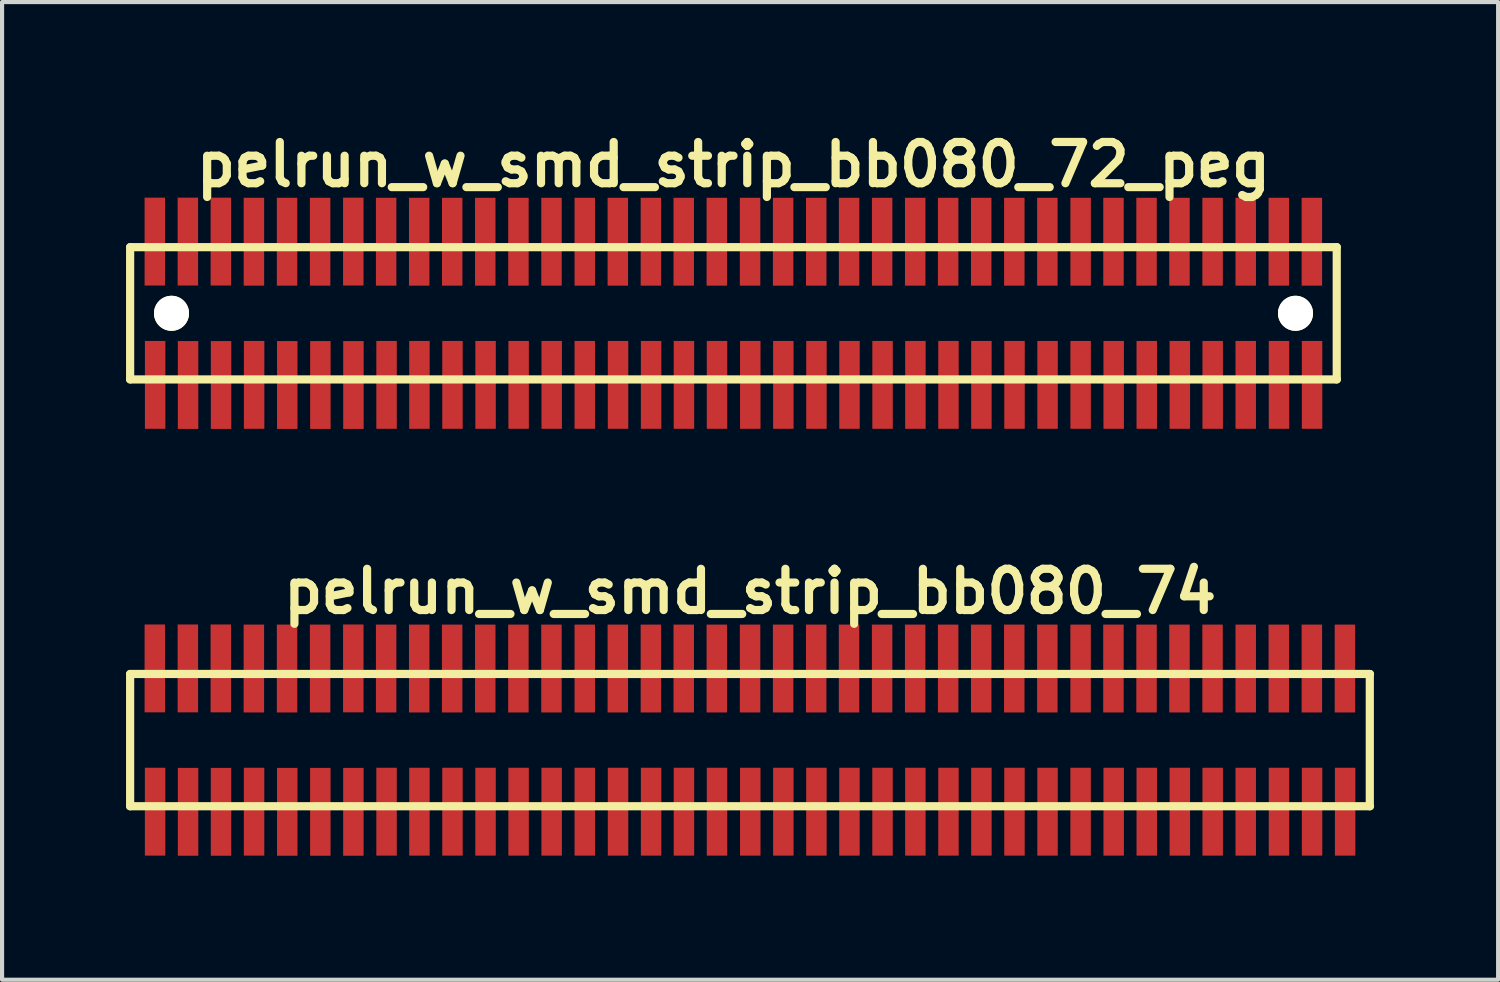
<source format=kicad_pcb>
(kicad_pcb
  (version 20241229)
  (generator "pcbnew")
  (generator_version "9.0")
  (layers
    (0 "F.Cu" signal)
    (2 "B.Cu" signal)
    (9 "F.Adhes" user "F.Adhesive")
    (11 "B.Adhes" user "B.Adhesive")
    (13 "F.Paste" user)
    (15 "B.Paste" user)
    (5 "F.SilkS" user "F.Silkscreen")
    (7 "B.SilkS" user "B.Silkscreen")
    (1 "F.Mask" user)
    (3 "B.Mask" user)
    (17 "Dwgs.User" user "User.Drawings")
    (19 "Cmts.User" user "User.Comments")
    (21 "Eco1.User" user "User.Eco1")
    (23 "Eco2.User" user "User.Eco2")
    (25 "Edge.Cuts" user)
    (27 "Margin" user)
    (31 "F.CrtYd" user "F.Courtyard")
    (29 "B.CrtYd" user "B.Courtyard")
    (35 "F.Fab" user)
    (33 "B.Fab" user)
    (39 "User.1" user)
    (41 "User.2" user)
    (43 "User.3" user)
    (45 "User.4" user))
  (footprint "pelrun_w_smd_strip_bb080_72_peg"
    (layer "F.Cu")
    (at 14.699 4.531)
    (property "Reference" "pelrun_w_smd_strip_bb080_72_peg" (at 0 -3.599 0) (layer "F.SilkS") (effects (font (size 0.998 0.998) (thickness 0.198))))
    (attr through_hole)
    (fp_line (start -14.6 -1.6) (end -14.6 1.6) (stroke (width 0.198) (type solid)) (layer "F.SilkS"))
    (fp_line (start -14.6 1.6) (end 14.6 1.6) (stroke (width 0.198) (type solid)) (layer "F.SilkS"))
    (fp_line (start 14.597 1.6) (end 14.597 -1.6) (stroke (width 0.198) (type solid)) (layer "F.SilkS"))
    (fp_line (start 14.6 -1.6) (end -14.6 -1.6) (stroke (width 0.198) (type solid)) (layer "F.SilkS"))
    (pad "" np_thru_hole circle (at -13.599 0) (size 0.848 0.848) (drill 0.848) (layers "*.Cu" "*.Mask" "F.SilkS"))
    (pad "" np_thru_hole circle (at 13.599 0) (size 0.848 0.848) (drill 0.848) (layers "*.Cu" "*.Mask" "F.SilkS"))
    (pad "1" smd rect (at -13.995 1.732) (size 0.495 2.126) (layers "F.Cu" "F.Mask" "F.Paste"))
    (pad "2" smd rect (at -14.003 -1.735) (size 0.495 2.126) (layers "F.Cu" "F.Mask" "F.Paste"))
    (pad "3" smd rect (at -13.198 1.735) (size 0.495 2.126) (layers "F.Cu" "F.Mask" "F.Paste"))
    (pad "4" smd rect (at -13.203 -1.735) (size 0.495 2.126) (layers "F.Cu" "F.Mask" "F.Paste"))
    (pad "5" smd rect (at -12.4 1.735) (size 0.495 2.126) (layers "F.Cu" "F.Mask" "F.Paste"))
    (pad "6" smd rect (at -12.405 -1.735) (size 0.495 2.126) (layers "F.Cu" "F.Mask" "F.Paste"))
    (pad "7" smd rect (at -11.6 1.732) (size 0.495 2.126) (layers "F.Cu" "F.Mask" "F.Paste"))
    (pad "8" smd rect (at -11.605 -1.732) (size 0.495 2.126) (layers "F.Cu" "F.Mask" "F.Paste"))
    (pad "9" smd rect (at -10.798 1.735) (size 0.495 2.126) (layers "F.Cu" "F.Mask" "F.Paste"))
    (pad "10" smd rect (at -10.803 -1.732) (size 0.495 2.126) (layers "F.Cu" "F.Mask" "F.Paste"))
    (pad "11" smd rect (at -9.997 1.735) (size 0.495 2.126) (layers "F.Cu" "F.Mask" "F.Paste"))
    (pad "12" smd rect (at -10.003 -1.732) (size 0.495 2.126) (layers "F.Cu" "F.Mask" "F.Paste"))
    (pad "13" smd rect (at -9.197 1.735) (size 0.495 2.126) (layers "F.Cu" "F.Mask" "F.Paste"))
    (pad "14" smd rect (at -9.2 -1.735) (size 0.495 2.126) (layers "F.Cu" "F.Mask" "F.Paste"))
    (pad "15" smd rect (at -8.395 1.732) (size 0.495 2.126) (layers "F.Cu" "F.Mask" "F.Paste"))
    (pad "16" smd rect (at -8.405 -1.732) (size 0.495 2.126) (layers "F.Cu" "F.Mask" "F.Paste"))
    (pad "17" smd rect (at -7.6 1.732) (size 0.495 2.126) (layers "F.Cu" "F.Mask" "F.Paste"))
    (pad "18" smd rect (at -7.605 -1.732) (size 0.495 2.126) (layers "F.Cu" "F.Mask" "F.Paste"))
    (pad "19" smd rect (at -6.8 1.732) (size 0.495 2.126) (layers "F.Cu" "F.Mask" "F.Paste"))
    (pad "20" smd rect (at -6.807 -1.732) (size 0.495 2.126) (layers "F.Cu" "F.Mask" "F.Paste"))
    (pad "21" smd rect (at -5.999 1.732) (size 0.495 2.126) (layers "F.Cu" "F.Mask" "F.Paste"))
    (pad "22" smd rect (at -6.007 -1.732) (size 0.495 2.126) (layers "F.Cu" "F.Mask" "F.Paste"))
    (pad "23" smd rect (at -5.199 1.732) (size 0.495 2.126) (layers "F.Cu" "F.Mask" "F.Paste"))
    (pad "24" smd rect (at -5.204 -1.732) (size 0.495 2.126) (layers "F.Cu" "F.Mask" "F.Paste"))
    (pad "25" smd rect (at -4.399 1.732) (size 0.495 2.126) (layers "F.Cu" "F.Mask" "F.Paste"))
    (pad "26" smd rect (at -4.404 -1.732) (size 0.495 2.126) (layers "F.Cu" "F.Mask" "F.Paste"))
    (pad "27" smd rect (at -3.599 1.732) (size 0.495 2.126) (layers "F.Cu" "F.Mask" "F.Paste"))
    (pad "28" smd rect (at -3.599 -1.732) (size 0.495 2.126) (layers "F.Cu" "F.Mask" "F.Paste"))
    (pad "29" smd rect (at -2.794 1.732) (size 0.495 2.126) (layers "F.Cu" "F.Mask" "F.Paste"))
    (pad "30" smd rect (at -2.799 -1.732) (size 0.495 2.126) (layers "F.Cu" "F.Mask" "F.Paste"))
    (pad "31" smd rect (at -1.994 1.732) (size 0.495 2.126) (layers "F.Cu" "F.Mask" "F.Paste"))
    (pad "32" smd rect (at -1.999 -1.732) (size 0.495 2.126) (layers "F.Cu" "F.Mask" "F.Paste"))
    (pad "33" smd rect (at -1.199 1.732) (size 0.495 2.126) (layers "F.Cu" "F.Mask" "F.Paste"))
    (pad "34" smd rect (at -1.204 -1.732) (size 0.495 2.126) (layers "F.Cu" "F.Mask" "F.Paste"))
    (pad "35" smd rect (at -0.399 1.732) (size 0.495 2.126) (layers "F.Cu" "F.Mask" "F.Paste"))
    (pad "36" smd rect (at -0.404 -1.732) (size 0.495 2.126) (layers "F.Cu" "F.Mask" "F.Paste"))
    (pad "37" smd rect (at 0.406 1.732) (size 0.495 2.126) (layers "F.Cu" "F.Mask" "F.Paste"))
    (pad "38" smd rect (at 0.401 -1.732) (size 0.495 2.126) (layers "F.Cu" "F.Mask" "F.Paste"))
    (pad "39" smd rect (at 1.206 1.732) (size 0.495 2.126) (layers "F.Cu" "F.Mask" "F.Paste"))
    (pad "40" smd rect (at 1.201 -1.732) (size 0.495 2.126) (layers "F.Cu" "F.Mask" "F.Paste"))
    (pad "41" smd rect (at 2.007 1.732) (size 0.495 2.126) (layers "F.Cu" "F.Mask" "F.Paste"))
    (pad "42" smd rect (at 2.002 -1.732) (size 0.495 2.126) (layers "F.Cu" "F.Mask" "F.Paste"))
    (pad "43" smd rect (at 2.807 1.732) (size 0.495 2.126) (layers "F.Cu" "F.Mask" "F.Paste"))
    (pad "44" smd rect (at 2.797 -1.732) (size 0.495 2.126) (layers "F.Cu" "F.Mask" "F.Paste"))
    (pad "45" smd rect (at 3.607 1.732) (size 0.495 2.126) (layers "F.Cu" "F.Mask" "F.Paste"))
    (pad "46" smd rect (at 3.597 -1.732) (size 0.495 2.126) (layers "F.Cu" "F.Mask" "F.Paste"))
    (pad "47" smd rect (at 4.402 1.732) (size 0.495 2.126) (layers "F.Cu" "F.Mask" "F.Paste"))
    (pad "48" smd rect (at 4.397 -1.732) (size 0.495 2.126) (layers "F.Cu" "F.Mask" "F.Paste"))
    (pad "49" smd rect (at 5.202 1.732) (size 0.495 2.126) (layers "F.Cu" "F.Mask" "F.Paste"))
    (pad "50" smd rect (at 5.194 -1.732) (size 0.495 2.126) (layers "F.Cu" "F.Mask" "F.Paste"))
    (pad "51" smd rect (at 5.999 1.732) (size 0.495 2.126) (layers "F.Cu" "F.Mask" "F.Paste"))
    (pad "52" smd rect (at 5.994 -1.732) (size 0.495 2.126) (layers "F.Cu" "F.Mask" "F.Paste"))
    (pad "53" smd rect (at 6.8 1.732) (size 0.495 2.126) (layers "F.Cu" "F.Mask" "F.Paste"))
    (pad "54" smd rect (at 6.795 -1.732) (size 0.495 2.126) (layers "F.Cu" "F.Mask" "F.Paste"))
    (pad "55" smd rect (at 7.6 1.732) (size 0.495 2.126) (layers "F.Cu" "F.Mask" "F.Paste"))
    (pad "56" smd rect (at 7.595 -1.732) (size 0.495 2.126) (layers "F.Cu" "F.Mask" "F.Paste"))
    (pad "57" smd rect (at 8.4 1.732) (size 0.495 2.126) (layers "F.Cu" "F.Mask" "F.Paste"))
    (pad "58" smd rect (at 8.4 -1.732) (size 0.495 2.126) (layers "F.Cu" "F.Mask" "F.Paste"))
    (pad "59" smd rect (at 9.2 1.732) (size 0.495 2.126) (layers "F.Cu" "F.Mask" "F.Paste"))
    (pad "60" smd rect (at 9.195 -1.732) (size 0.495 2.126) (layers "F.Cu" "F.Mask" "F.Paste"))
    (pad "61" smd rect (at 10 1.732) (size 0.495 2.126) (layers "F.Cu" "F.Mask" "F.Paste"))
    (pad "62" smd rect (at 9.995 -1.732) (size 0.495 2.126) (layers "F.Cu" "F.Mask" "F.Paste"))
    (pad "63" smd rect (at 10.8 1.732) (size 0.495 2.126) (layers "F.Cu" "F.Mask" "F.Paste"))
    (pad "64" smd rect (at 10.792 -1.732) (size 0.495 2.126) (layers "F.Cu" "F.Mask" "F.Paste"))
    (pad "65" smd rect (at 11.595 1.732) (size 0.495 2.126) (layers "F.Cu" "F.Mask" "F.Paste"))
    (pad "66" smd rect (at 11.593 -1.732) (size 0.495 2.126) (layers "F.Cu" "F.Mask" "F.Paste"))
    (pad "67" smd rect (at 12.395 1.732) (size 0.495 2.126) (layers "F.Cu" "F.Mask" "F.Paste"))
    (pad "68" smd rect (at 12.395 -1.732) (size 0.495 2.126) (layers "F.Cu" "F.Mask" "F.Paste"))
    (pad "69" smd rect (at 13.2 1.732) (size 0.495 2.126) (layers "F.Cu" "F.Mask" "F.Paste"))
    (pad "70" smd rect (at 13.195 -1.732) (size 0.495 2.126) (layers "F.Cu" "F.Mask" "F.Paste"))
    (pad "71" smd rect (at 14 1.732) (size 0.495 2.126) (layers "F.Cu" "F.Mask" "F.Paste"))
    (pad "72" smd rect (at 13.995 -1.732) (size 0.495 2.126) (layers "F.Cu" "F.Mask" "F.Paste")))
  (footprint "pelrun_w_smd_strip_bb080_74"
    (layer "F.Cu")
    (at 15.1 14.859)
    (property "Reference" "pelrun_w_smd_strip_bb080_74" (at 0 -3.599 0) (layer "F.SilkS") (effects (font (size 0.998 0.998) (thickness 0.198))))
    (attr through_hole)
    (fp_line (start -15.001 -1.6) (end -15.001 1.6) (stroke (width 0.198) (type solid)) (layer "F.SilkS"))
    (fp_line (start -15.001 -1.6) (end 15.001 -1.6) (stroke (width 0.198) (type solid)) (layer "F.SilkS"))
    (fp_line (start 14.996 1.6) (end 14.996 -1.6) (stroke (width 0.198) (type solid)) (layer "F.SilkS"))
    (fp_line (start 15.001 1.6) (end -15.001 1.6) (stroke (width 0.198) (type solid)) (layer "F.SilkS"))
    (pad "1" smd rect (at -14.397 1.732) (size 0.495 2.126) (layers "F.Cu" "F.Mask" "F.Paste"))
    (pad "2" smd rect (at -14.404 -1.735) (size 0.495 2.126) (layers "F.Cu" "F.Mask" "F.Paste"))
    (pad "3" smd rect (at -13.599 1.735) (size 0.495 2.126) (layers "F.Cu" "F.Mask" "F.Paste"))
    (pad "4" smd rect (at -13.604 -1.735) (size 0.495 2.126) (layers "F.Cu" "F.Mask" "F.Paste"))
    (pad "5" smd rect (at -12.802 1.735) (size 0.495 2.126) (layers "F.Cu" "F.Mask" "F.Paste"))
    (pad "6" smd rect (at -12.807 -1.735) (size 0.495 2.126) (layers "F.Cu" "F.Mask" "F.Paste"))
    (pad "7" smd rect (at -12.002 1.732) (size 0.495 2.126) (layers "F.Cu" "F.Mask" "F.Paste"))
    (pad "8" smd rect (at -12.007 -1.732) (size 0.495 2.126) (layers "F.Cu" "F.Mask" "F.Paste"))
    (pad "9" smd rect (at -11.199 1.735) (size 0.495 2.126) (layers "F.Cu" "F.Mask" "F.Paste"))
    (pad "10" smd rect (at -11.204 -1.732) (size 0.495 2.126) (layers "F.Cu" "F.Mask" "F.Paste"))
    (pad "11" smd rect (at -10.399 1.735) (size 0.495 2.126) (layers "F.Cu" "F.Mask" "F.Paste"))
    (pad "12" smd rect (at -10.404 -1.732) (size 0.495 2.126) (layers "F.Cu" "F.Mask" "F.Paste"))
    (pad "13" smd rect (at -9.599 1.735) (size 0.495 2.126) (layers "F.Cu" "F.Mask" "F.Paste"))
    (pad "14" smd rect (at -9.601 -1.735) (size 0.495 2.126) (layers "F.Cu" "F.Mask" "F.Paste"))
    (pad "15" smd rect (at -8.796 1.732) (size 0.495 2.126) (layers "F.Cu" "F.Mask" "F.Paste"))
    (pad "16" smd rect (at -8.806 -1.732) (size 0.495 2.126) (layers "F.Cu" "F.Mask" "F.Paste"))
    (pad "17" smd rect (at -8.001 1.732) (size 0.495 2.126) (layers "F.Cu" "F.Mask" "F.Paste"))
    (pad "18" smd rect (at -8.006 -1.732) (size 0.495 2.126) (layers "F.Cu" "F.Mask" "F.Paste"))
    (pad "19" smd rect (at -7.201 1.732) (size 0.495 2.126) (layers "F.Cu" "F.Mask" "F.Paste"))
    (pad "20" smd rect (at -7.209 -1.732) (size 0.495 2.126) (layers "F.Cu" "F.Mask" "F.Paste"))
    (pad "21" smd rect (at -6.401 1.732) (size 0.495 2.126) (layers "F.Cu" "F.Mask" "F.Paste"))
    (pad "22" smd rect (at -6.408 -1.732) (size 0.495 2.126) (layers "F.Cu" "F.Mask" "F.Paste"))
    (pad "23" smd rect (at -5.601 1.732) (size 0.495 2.126) (layers "F.Cu" "F.Mask" "F.Paste"))
    (pad "24" smd rect (at -5.606 -1.732) (size 0.495 2.126) (layers "F.Cu" "F.Mask" "F.Paste"))
    (pad "25" smd rect (at -4.801 1.732) (size 0.495 2.126) (layers "F.Cu" "F.Mask" "F.Paste"))
    (pad "26" smd rect (at -4.806 -1.732) (size 0.495 2.126) (layers "F.Cu" "F.Mask" "F.Paste"))
    (pad "27" smd rect (at -4 1.732) (size 0.495 2.126) (layers "F.Cu" "F.Mask" "F.Paste"))
    (pad "28" smd rect (at -4 -1.732) (size 0.495 2.126) (layers "F.Cu" "F.Mask" "F.Paste"))
    (pad "29" smd rect (at -3.195 1.732) (size 0.495 2.126) (layers "F.Cu" "F.Mask" "F.Paste"))
    (pad "30" smd rect (at -3.2 -1.732) (size 0.495 2.126) (layers "F.Cu" "F.Mask" "F.Paste"))
    (pad "31" smd rect (at -2.395 1.732) (size 0.495 2.126) (layers "F.Cu" "F.Mask" "F.Paste"))
    (pad "32" smd rect (at -2.4 -1.732) (size 0.495 2.126) (layers "F.Cu" "F.Mask" "F.Paste"))
    (pad "33" smd rect (at -1.6 1.732) (size 0.495 2.126) (layers "F.Cu" "F.Mask" "F.Paste"))
    (pad "34" smd rect (at -1.605 -1.732) (size 0.495 2.126) (layers "F.Cu" "F.Mask" "F.Paste"))
    (pad "35" smd rect (at -0.8 1.732) (size 0.495 2.126) (layers "F.Cu" "F.Mask" "F.Paste"))
    (pad "36" smd rect (at -0.805 -1.732) (size 0.495 2.126) (layers "F.Cu" "F.Mask" "F.Paste"))
    (pad "37" smd rect (at 0.005 1.732) (size 0.495 2.126) (layers "F.Cu" "F.Mask" "F.Paste"))
    (pad "38" smd rect (at 0 -1.732) (size 0.495 2.126) (layers "F.Cu" "F.Mask" "F.Paste"))
    (pad "39" smd rect (at 0.805 1.732) (size 0.495 2.126) (layers "F.Cu" "F.Mask" "F.Paste"))
    (pad "40" smd rect (at 0.8 -1.732) (size 0.495 2.126) (layers "F.Cu" "F.Mask" "F.Paste"))
    (pad "41" smd rect (at 1.605 1.732) (size 0.495 2.126) (layers "F.Cu" "F.Mask" "F.Paste"))
    (pad "42" smd rect (at 1.6 -1.732) (size 0.495 2.126) (layers "F.Cu" "F.Mask" "F.Paste"))
    (pad "43" smd rect (at 2.405 1.732) (size 0.495 2.126) (layers "F.Cu" "F.Mask" "F.Paste"))
    (pad "44" smd rect (at 2.395 -1.732) (size 0.495 2.126) (layers "F.Cu" "F.Mask" "F.Paste"))
    (pad "45" smd rect (at 3.205 1.732) (size 0.495 2.126) (layers "F.Cu" "F.Mask" "F.Paste"))
    (pad "46" smd rect (at 3.195 -1.732) (size 0.495 2.126) (layers "F.Cu" "F.Mask" "F.Paste"))
    (pad "47" smd rect (at 4 1.732) (size 0.495 2.126) (layers "F.Cu" "F.Mask" "F.Paste"))
    (pad "48" smd rect (at 3.995 -1.732) (size 0.495 2.126) (layers "F.Cu" "F.Mask" "F.Paste"))
    (pad "49" smd rect (at 4.801 1.732) (size 0.495 2.126) (layers "F.Cu" "F.Mask" "F.Paste"))
    (pad "50" smd rect (at 4.793 -1.732) (size 0.495 2.126) (layers "F.Cu" "F.Mask" "F.Paste"))
    (pad "51" smd rect (at 5.598 1.732) (size 0.495 2.126) (layers "F.Cu" "F.Mask" "F.Paste"))
    (pad "52" smd rect (at 5.593 -1.732) (size 0.495 2.126) (layers "F.Cu" "F.Mask" "F.Paste"))
    (pad "53" smd rect (at 6.398 1.732) (size 0.495 2.126) (layers "F.Cu" "F.Mask" "F.Paste"))
    (pad "54" smd rect (at 6.393 -1.732) (size 0.495 2.126) (layers "F.Cu" "F.Mask" "F.Paste"))
    (pad "55" smd rect (at 7.198 1.732) (size 0.495 2.126) (layers "F.Cu" "F.Mask" "F.Paste"))
    (pad "56" smd rect (at 7.193 -1.732) (size 0.495 2.126) (layers "F.Cu" "F.Mask" "F.Paste"))
    (pad "57" smd rect (at 7.998 1.732) (size 0.495 2.126) (layers "F.Cu" "F.Mask" "F.Paste"))
    (pad "58" smd rect (at 7.998 -1.732) (size 0.495 2.126) (layers "F.Cu" "F.Mask" "F.Paste"))
    (pad "59" smd rect (at 8.799 1.732) (size 0.495 2.126) (layers "F.Cu" "F.Mask" "F.Paste"))
    (pad "60" smd rect (at 8.793 -1.732) (size 0.495 2.126) (layers "F.Cu" "F.Mask" "F.Paste"))
    (pad "61" smd rect (at 9.599 1.732) (size 0.495 2.126) (layers "F.Cu" "F.Mask" "F.Paste"))
    (pad "62" smd rect (at 9.594 -1.732) (size 0.495 2.126) (layers "F.Cu" "F.Mask" "F.Paste"))
    (pad "63" smd rect (at 10.399 1.732) (size 0.495 2.126) (layers "F.Cu" "F.Mask" "F.Paste"))
    (pad "64" smd rect (at 10.391 -1.732) (size 0.495 2.126) (layers "F.Cu" "F.Mask" "F.Paste"))
    (pad "65" smd rect (at 11.194 1.732) (size 0.495 2.126) (layers "F.Cu" "F.Mask" "F.Paste"))
    (pad "66" smd rect (at 11.191 -1.732) (size 0.495 2.126) (layers "F.Cu" "F.Mask" "F.Paste"))
    (pad "67" smd rect (at 11.994 1.732) (size 0.495 2.126) (layers "F.Cu" "F.Mask" "F.Paste"))
    (pad "68" smd rect (at 11.994 -1.732) (size 0.495 2.126) (layers "F.Cu" "F.Mask" "F.Paste"))
    (pad "69" smd rect (at 12.799 1.732) (size 0.495 2.126) (layers "F.Cu" "F.Mask" "F.Paste"))
    (pad "70" smd rect (at 12.794 -1.732) (size 0.495 2.126) (layers "F.Cu" "F.Mask" "F.Paste"))
    (pad "71" smd rect (at 13.599 1.732) (size 0.495 2.126) (layers "F.Cu" "F.Mask" "F.Paste"))
    (pad "72" smd rect (at 13.594 -1.732) (size 0.495 2.126) (layers "F.Cu" "F.Mask" "F.Paste"))
    (pad "73" smd rect (at 14.399 1.732) (size 0.495 2.126) (layers "F.Cu" "F.Mask" "F.Paste"))
    (pad "74" smd rect (at 14.394 -1.732) (size 0.495 2.126) (layers "F.Cu" "F.Mask" "F.Paste")))
  (gr_rect
    (start -3 -3)
    (end 33.201 20.657)
    (stroke (width 0.1) (type default))
    (fill no)
    (layer "Edge.Cuts")))
</source>
